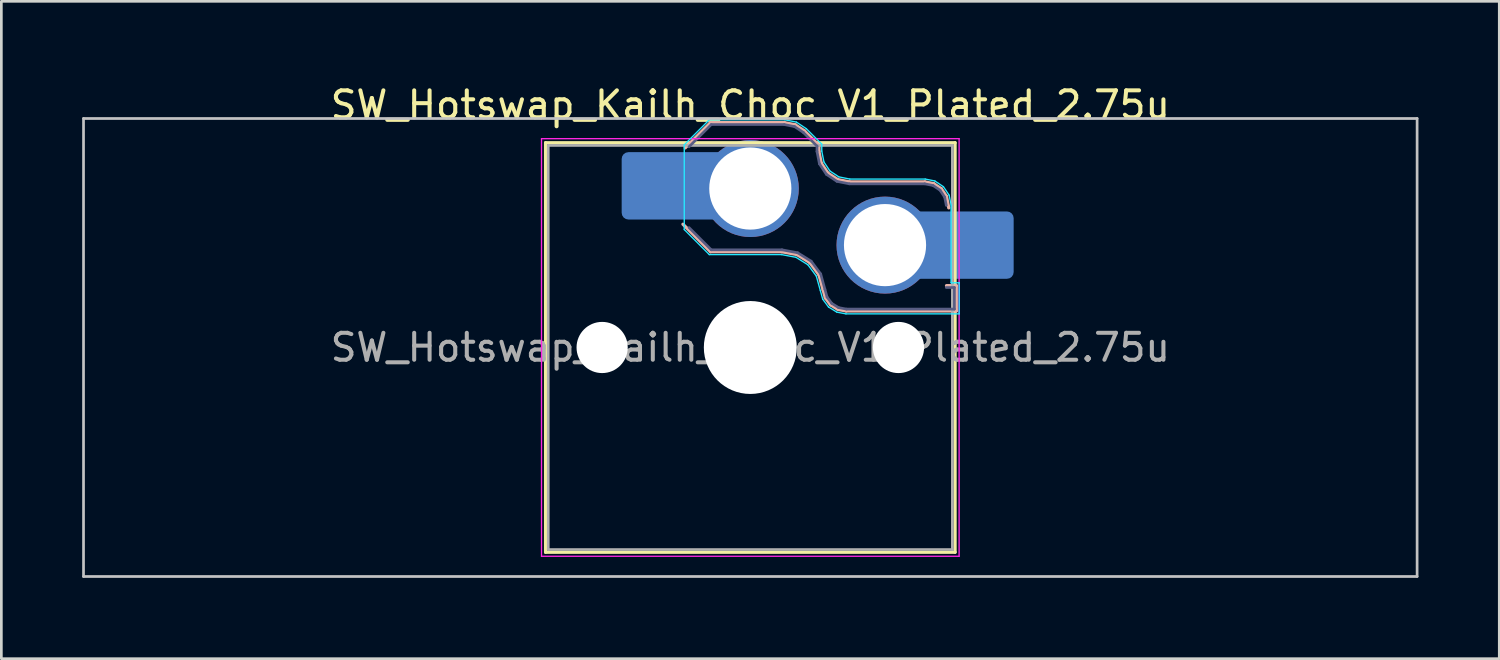
<source format=kicad_pcb>
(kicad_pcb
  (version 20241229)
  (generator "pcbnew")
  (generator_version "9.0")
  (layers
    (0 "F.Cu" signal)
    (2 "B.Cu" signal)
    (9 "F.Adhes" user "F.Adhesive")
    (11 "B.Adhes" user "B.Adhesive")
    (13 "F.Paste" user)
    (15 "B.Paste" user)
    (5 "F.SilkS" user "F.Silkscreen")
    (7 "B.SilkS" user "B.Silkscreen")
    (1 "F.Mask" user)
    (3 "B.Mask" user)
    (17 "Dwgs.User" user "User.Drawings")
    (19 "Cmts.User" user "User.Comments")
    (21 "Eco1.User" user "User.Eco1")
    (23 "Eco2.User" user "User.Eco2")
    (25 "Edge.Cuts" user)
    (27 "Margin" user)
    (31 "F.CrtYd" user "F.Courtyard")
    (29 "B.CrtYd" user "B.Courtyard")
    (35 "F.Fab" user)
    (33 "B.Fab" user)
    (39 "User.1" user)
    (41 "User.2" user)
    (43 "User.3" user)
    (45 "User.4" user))
  (footprint "SW_Hotswap_Kailh_Choc_V1_Plated_2.75u"
    (layer "F.Cu")
    (at 24.8 9.848)
    (property "Reference" "SW_Hotswap_Kailh_Choc_V1_Plated_2.75u" (at 0 -9 0) (layer "F.SilkS") (effects (font (size 1 1) (thickness 0.15))))
    (attr smd)
    (fp_line (start -7.6 -7.6) (end -7.6 7.6) (stroke (width 0.12) (type solid)) (layer "F.SilkS"))
    (fp_line (start -7.6 7.6) (end 7.6 7.6) (stroke (width 0.12) (type solid)) (layer "F.SilkS"))
    (fp_line (start 7.6 -7.6) (end -7.6 -7.6) (stroke (width 0.12) (type solid)) (layer "F.SilkS"))
    (fp_line (start 7.6 7.6) (end 7.6 -7.6) (stroke (width 0.12) (type solid)) (layer "F.SilkS"))
    (fp_line (start -2.416 -7.409) (end -1.479 -8.346) (stroke (width 0.12) (type solid)) (layer "B.SilkS"))
    (fp_line (start -1.479 -8.346) (end 1.268 -8.346) (stroke (width 0.12) (type solid)) (layer "B.SilkS"))
    (fp_line (start -1.479 -3.554) (end -2.5 -4.575) (stroke (width 0.12) (type solid)) (layer "B.SilkS"))
    (fp_line (start 1.168 -3.554) (end -1.479 -3.554) (stroke (width 0.12) (type solid)) (layer "B.SilkS"))
    (fp_line (start 1.268 -8.346) (end 1.671 -8.266) (stroke (width 0.12) (type solid)) (layer "B.SilkS"))
    (fp_line (start 1.671 -8.266) (end 2.013 -8.037) (stroke (width 0.12) (type solid)) (layer "B.SilkS"))
    (fp_line (start 1.73 -3.449) (end 1.168 -3.554) (stroke (width 0.12) (type solid)) (layer "B.SilkS"))
    (fp_line (start 2.013 -8.037) (end 2.546 -7.504) (stroke (width 0.12) (type solid)) (layer "B.SilkS"))
    (fp_line (start 2.209 -3.15) (end 1.73 -3.449) (stroke (width 0.12) (type solid)) (layer "B.SilkS"))
    (fp_line (start 2.546 -7.504) (end 2.546 -7.282) (stroke (width 0.12) (type solid)) (layer "B.SilkS"))
    (fp_line (start 2.546 -7.282) (end 2.633 -6.844) (stroke (width 0.12) (type solid)) (layer "B.SilkS"))
    (fp_line (start 2.547 -2.697) (end 2.209 -3.15) (stroke (width 0.12) (type solid)) (layer "B.SilkS"))
    (fp_line (start 2.633 -6.844) (end 2.877 -6.477) (stroke (width 0.12) (type solid)) (layer "B.SilkS"))
    (fp_line (start 2.701 -2.139) (end 2.547 -2.697) (stroke (width 0.12) (type solid)) (layer "B.SilkS"))
    (fp_line (start 2.783 -1.841) (end 2.701 -2.139) (stroke (width 0.12) (type solid)) (layer "B.SilkS"))
    (fp_line (start 2.877 -6.477) (end 3.244 -6.233) (stroke (width 0.12) (type solid)) (layer "B.SilkS"))
    (fp_line (start 2.976 -1.583) (end 2.783 -1.841) (stroke (width 0.12) (type solid)) (layer "B.SilkS"))
    (fp_line (start 3.244 -6.233) (end 3.682 -6.146) (stroke (width 0.12) (type solid)) (layer "B.SilkS"))
    (fp_line (start 3.25 -1.413) (end 2.976 -1.583) (stroke (width 0.12) (type solid)) (layer "B.SilkS"))
    (fp_line (start 3.56 -1.354) (end 3.25 -1.413) (stroke (width 0.12) (type solid)) (layer "B.SilkS"))
    (fp_line (start 3.682 -6.146) (end 6.482 -6.146) (stroke (width 0.12) (type solid)) (layer "B.SilkS"))
    (fp_line (start 6.482 -6.146) (end 6.809 -6.081) (stroke (width 0.12) (type solid)) (layer "B.SilkS"))
    (fp_line (start 6.809 -6.081) (end 7.092 -5.892) (stroke (width 0.12) (type solid)) (layer "B.SilkS"))
    (fp_line (start 7.092 -5.892) (end 7.281 -5.609) (stroke (width 0.12) (type solid)) (layer "B.SilkS"))
    (fp_line (start 7.281 -5.609) (end 7.366 -5.182) (stroke (width 0.12) (type solid)) (layer "B.SilkS"))
    (fp_line (start 7.283 -2.296) (end 7.646 -2.296) (stroke (width 0.12) (type solid)) (layer "B.SilkS"))
    (fp_line (start 7.646 -2.296) (end 7.646 -1.354) (stroke (width 0.12) (type solid)) (layer "B.SilkS"))
    (fp_line (start 7.646 -1.354) (end 3.56 -1.354) (stroke (width 0.12) (type solid)) (layer "B.SilkS"))
    (fp_line (start -24.75 -8.5) (end -24.75 8.5) (stroke (width 0.1) (type solid)) (layer "Dwgs.User"))
    (fp_line (start -24.75 8.5) (end 24.75 8.5) (stroke (width 0.1) (type solid)) (layer "Dwgs.User"))
    (fp_line (start 24.75 -8.5) (end -24.75 -8.5) (stroke (width 0.1) (type solid)) (layer "Dwgs.User"))
    (fp_line (start 24.75 8.5) (end 24.75 -8.5) (stroke (width 0.1) (type solid)) (layer "Dwgs.User"))
    (fp_line (start -7.25 -7.25) (end -7.25 7.25) (stroke (width 0.1) (type solid)) (layer "Eco1.User"))
    (fp_line (start -7.25 7.25) (end 7.25 7.25) (stroke (width 0.1) (type solid)) (layer "Eco1.User"))
    (fp_line (start 7.25 -7.25) (end -7.25 -7.25) (stroke (width 0.1) (type solid)) (layer "Eco1.User"))
    (fp_line (start 7.25 7.25) (end 7.25 -7.25) (stroke (width 0.1) (type solid)) (layer "Eco1.User"))
    (fp_line (start -2.452 -7.523) (end -1.523 -8.452) (stroke (width 0.05) (type solid)) (layer "B.CrtYd"))
    (fp_line (start -2.452 -4.377) (end -2.452 -7.523) (stroke (width 0.05) (type solid)) (layer "B.CrtYd"))
    (fp_line (start -1.523 -8.452) (end 1.278 -8.452) (stroke (width 0.05) (type solid)) (layer "B.CrtYd"))
    (fp_line (start -1.523 -3.448) (end -2.452 -4.377) (stroke (width 0.05) (type solid)) (layer "B.CrtYd"))
    (fp_line (start 1.159 -3.448) (end -1.523 -3.448) (stroke (width 0.05) (type solid)) (layer "B.CrtYd"))
    (fp_line (start 1.278 -8.452) (end 1.712 -8.366) (stroke (width 0.05) (type solid)) (layer "B.CrtYd"))
    (fp_line (start 1.691 -3.348) (end 1.159 -3.448) (stroke (width 0.05) (type solid)) (layer "B.CrtYd"))
    (fp_line (start 1.712 -8.366) (end 2.081 -8.119) (stroke (width 0.05) (type solid)) (layer "B.CrtYd"))
    (fp_line (start 2.081 -8.119) (end 2.652 -7.548) (stroke (width 0.05) (type solid)) (layer "B.CrtYd"))
    (fp_line (start 2.136 -3.071) (end 1.691 -3.348) (stroke (width 0.05) (type solid)) (layer "B.CrtYd"))
    (fp_line (start 2.45 -2.65) (end 2.136 -3.071) (stroke (width 0.05) (type solid)) (layer "B.CrtYd"))
    (fp_line (start 2.599 -2.111) (end 2.45 -2.65) (stroke (width 0.05) (type solid)) (layer "B.CrtYd"))
    (fp_line (start 2.652 -7.548) (end 2.652 -7.292) (stroke (width 0.05) (type solid)) (layer "B.CrtYd"))
    (fp_line (start 2.652 -7.292) (end 2.733 -6.885) (stroke (width 0.05) (type solid)) (layer "B.CrtYd"))
    (fp_line (start 2.687 -1.794) (end 2.599 -2.111) (stroke (width 0.05) (type solid)) (layer "B.CrtYd"))
    (fp_line (start 2.733 -6.885) (end 2.953 -6.553) (stroke (width 0.05) (type solid)) (layer "B.CrtYd"))
    (fp_line (start 2.903 -1.503) (end 2.687 -1.794) (stroke (width 0.05) (type solid)) (layer "B.CrtYd"))
    (fp_line (start 2.953 -6.553) (end 3.285 -6.333) (stroke (width 0.05) (type solid)) (layer "B.CrtYd"))
    (fp_line (start 3.211 -1.312) (end 2.903 -1.503) (stroke (width 0.05) (type solid)) (layer "B.CrtYd"))
    (fp_line (start 3.285 -6.333) (end 3.692 -6.252) (stroke (width 0.05) (type solid)) (layer "B.CrtYd"))
    (fp_line (start 3.55 -1.248) (end 3.211 -1.312) (stroke (width 0.05) (type solid)) (layer "B.CrtYd"))
    (fp_line (start 3.692 -6.252) (end 6.492 -6.252) (stroke (width 0.05) (type solid)) (layer "B.CrtYd"))
    (fp_line (start 6.492 -6.252) (end 6.85 -6.181) (stroke (width 0.05) (type solid)) (layer "B.CrtYd"))
    (fp_line (start 6.85 -6.181) (end 7.168 -5.968) (stroke (width 0.05) (type solid)) (layer "B.CrtYd"))
    (fp_line (start 7.168 -5.968) (end 7.381 -5.65) (stroke (width 0.05) (type solid)) (layer "B.CrtYd"))
    (fp_line (start 7.381 -5.65) (end 7.452 -5.292) (stroke (width 0.05) (type solid)) (layer "B.CrtYd"))
    (fp_line (start 7.452 -5.292) (end 7.452 -2.402) (stroke (width 0.05) (type solid)) (layer "B.CrtYd"))
    (fp_line (start 7.452 -2.402) (end 7.752 -2.402) (stroke (width 0.05) (type solid)) (layer "B.CrtYd"))
    (fp_line (start 7.752 -2.402) (end 7.752 -1.248) (stroke (width 0.05) (type solid)) (layer "B.CrtYd"))
    (fp_line (start 7.752 -1.248) (end 3.55 -1.248) (stroke (width 0.05) (type solid)) (layer "B.CrtYd"))
    (fp_line (start -7.75 -7.75) (end -7.75 7.75) (stroke (width 0.05) (type solid)) (layer "F.CrtYd"))
    (fp_line (start -7.75 7.75) (end 7.75 7.75) (stroke (width 0.05) (type solid)) (layer "F.CrtYd"))
    (fp_line (start 7.75 -7.75) (end -7.75 -7.75) (stroke (width 0.05) (type solid)) (layer "F.CrtYd"))
    (fp_line (start 7.75 7.75) (end 7.75 -7.75) (stroke (width 0.05) (type solid)) (layer "F.CrtYd"))
    (fp_line (start -2.275 -7.45) (end -1.45 -8.275) (stroke (width 0.1) (type solid)) (layer "B.Fab"))
    (fp_line (start -1.45 -8.275) (end 1.261 -8.275) (stroke (width 0.1) (type solid)) (layer "B.Fab"))
    (fp_line (start -1.45 -3.625) (end -2.275 -4.45) (stroke (width 0.1) (type solid)) (layer "B.Fab"))
    (fp_line (start 1.175 -3.625) (end -1.45 -3.625) (stroke (width 0.1) (type solid)) (layer "B.Fab"))
    (fp_line (start 1.261 -8.275) (end 1.643 -8.199) (stroke (width 0.1) (type solid)) (layer "B.Fab"))
    (fp_line (start 1.643 -8.199) (end 1.968 -7.982) (stroke (width 0.1) (type solid)) (layer "B.Fab"))
    (fp_line (start 1.756 -3.516) (end 1.175 -3.625) (stroke (width 0.1) (type solid)) (layer "B.Fab"))
    (fp_line (start 1.968 -7.982) (end 2.475 -7.475) (stroke (width 0.1) (type solid)) (layer "B.Fab"))
    (fp_line (start 2.258 -3.203) (end 1.756 -3.516) (stroke (width 0.1) (type solid)) (layer "B.Fab"))
    (fp_line (start 2.475 -7.475) (end 2.475 -7.275) (stroke (width 0.1) (type solid)) (layer "B.Fab"))
    (fp_line (start 2.475 -7.275) (end 2.566 -6.816) (stroke (width 0.1) (type solid)) (layer "B.Fab"))
    (fp_line (start 2.566 -6.816) (end 2.826 -6.426) (stroke (width 0.1) (type solid)) (layer "B.Fab"))
    (fp_line (start 2.612 -2.729) (end 2.258 -3.203) (stroke (width 0.1) (type solid)) (layer "B.Fab"))
    (fp_line (start 2.769 -2.158) (end 2.612 -2.729) (stroke (width 0.1) (type solid)) (layer "B.Fab"))
    (fp_line (start 2.826 -6.426) (end 3.216 -6.166) (stroke (width 0.1) (type solid)) (layer "B.Fab"))
    (fp_line (start 2.848 -1.873) (end 2.769 -2.158) (stroke (width 0.1) (type solid)) (layer "B.Fab"))
    (fp_line (start 3.025 -1.636) (end 2.848 -1.873) (stroke (width 0.1) (type solid)) (layer "B.Fab"))
    (fp_line (start 3.216 -6.166) (end 3.675 -6.075) (stroke (width 0.1) (type solid)) (layer "B.Fab"))
    (fp_line (start 3.276 -1.48) (end 3.025 -1.636) (stroke (width 0.1) (type solid)) (layer "B.Fab"))
    (fp_line (start 3.567 -1.425) (end 3.276 -1.48) (stroke (width 0.1) (type solid)) (layer "B.Fab"))
    (fp_line (start 3.675 -6.075) (end 6.475 -6.075) (stroke (width 0.1) (type solid)) (layer "B.Fab"))
    (fp_line (start 6.475 -6.075) (end 6.781 -6.014) (stroke (width 0.1) (type solid)) (layer "B.Fab"))
    (fp_line (start 6.781 -6.014) (end 7.041 -5.841) (stroke (width 0.1) (type solid)) (layer "B.Fab"))
    (fp_line (start 7.041 -5.841) (end 7.214 -5.581) (stroke (width 0.1) (type solid)) (layer "B.Fab"))
    (fp_line (start 7.214 -5.581) (end 7.275 -5.275) (stroke (width 0.1) (type solid)) (layer "B.Fab"))
    (fp_line (start 7.275 -2.225) (end 7.575 -2.225) (stroke (width 0.1) (type solid)) (layer "B.Fab"))
    (fp_line (start 7.575 -2.225) (end 7.575 -1.425) (stroke (width 0.1) (type solid)) (layer "B.Fab"))
    (fp_line (start 7.575 -1.425) (end 3.567 -1.425) (stroke (width 0.1) (type solid)) (layer "B.Fab"))
    (fp_line (start -7.5 -7.5) (end -7.5 7.5) (stroke (width 0.1) (type solid)) (layer "F.Fab"))
    (fp_line (start -7.5 7.5) (end 7.5 7.5) (stroke (width 0.1) (type solid)) (layer "F.Fab"))
    (fp_line (start 7.5 -7.5) (end -7.5 -7.5) (stroke (width 0.1) (type solid)) (layer "F.Fab"))
    (fp_line (start 7.5 7.5) (end 7.5 -7.5) (stroke (width 0.1) (type solid)) (layer "F.Fab"))
    (fp_text user "${REFERENCE}" (at 0 0 0) (layer "F.Fab") (effects (font (size 1 1) (thickness 0.15))))
    (pad "" np_thru_hole circle (at -5.5 0) (size 1.9 1.9) (drill 1.9) (layers "*.Cu" "*.Mask"))
    (pad "" smd roundrect (at -3.5 -6) (size 2.55 2.5) (layers "B.Mask" "B.Paste") (roundrect_rratio 0.1))
    (pad "" np_thru_hole circle (at 0 0) (size 3.45 3.45) (drill 3.45) (layers "*.Cu" "*.Mask"))
    (pad "" np_thru_hole circle (at 5.5 0) (size 1.9 1.9) (drill 1.9) (layers "*.Cu" "*.Mask"))
    (pad "" smd roundrect (at 8.5 -3.8) (size 2.55 2.5) (layers "B.Mask" "B.Paste") (roundrect_rratio 0.1))
    (pad "1" smd roundrect (at -2.85 -6) (size 3.85 2.5) (layers "B.Cu") (roundrect_rratio 0.1))
    (pad "1" thru_hole circle (at 0 -5.9) (size 3.6 3.6) (drill 3.05) (layers "*.Cu" "*.Mask"))
    (pad "2" thru_hole circle (at 5 -3.8) (size 3.6 3.6) (drill 3.05) (layers "*.Cu" "*.Mask"))
    (pad "2" smd roundrect (at 7.85 -3.8) (size 3.85 2.5) (layers "B.Cu") (roundrect_rratio 0.1)))
  (gr_rect
    (start -3 -3)
    (end 52.6 21.398)
    (stroke (width 0.1) (type default))
    (fill no)
    (layer "Edge.Cuts")))
</source>
